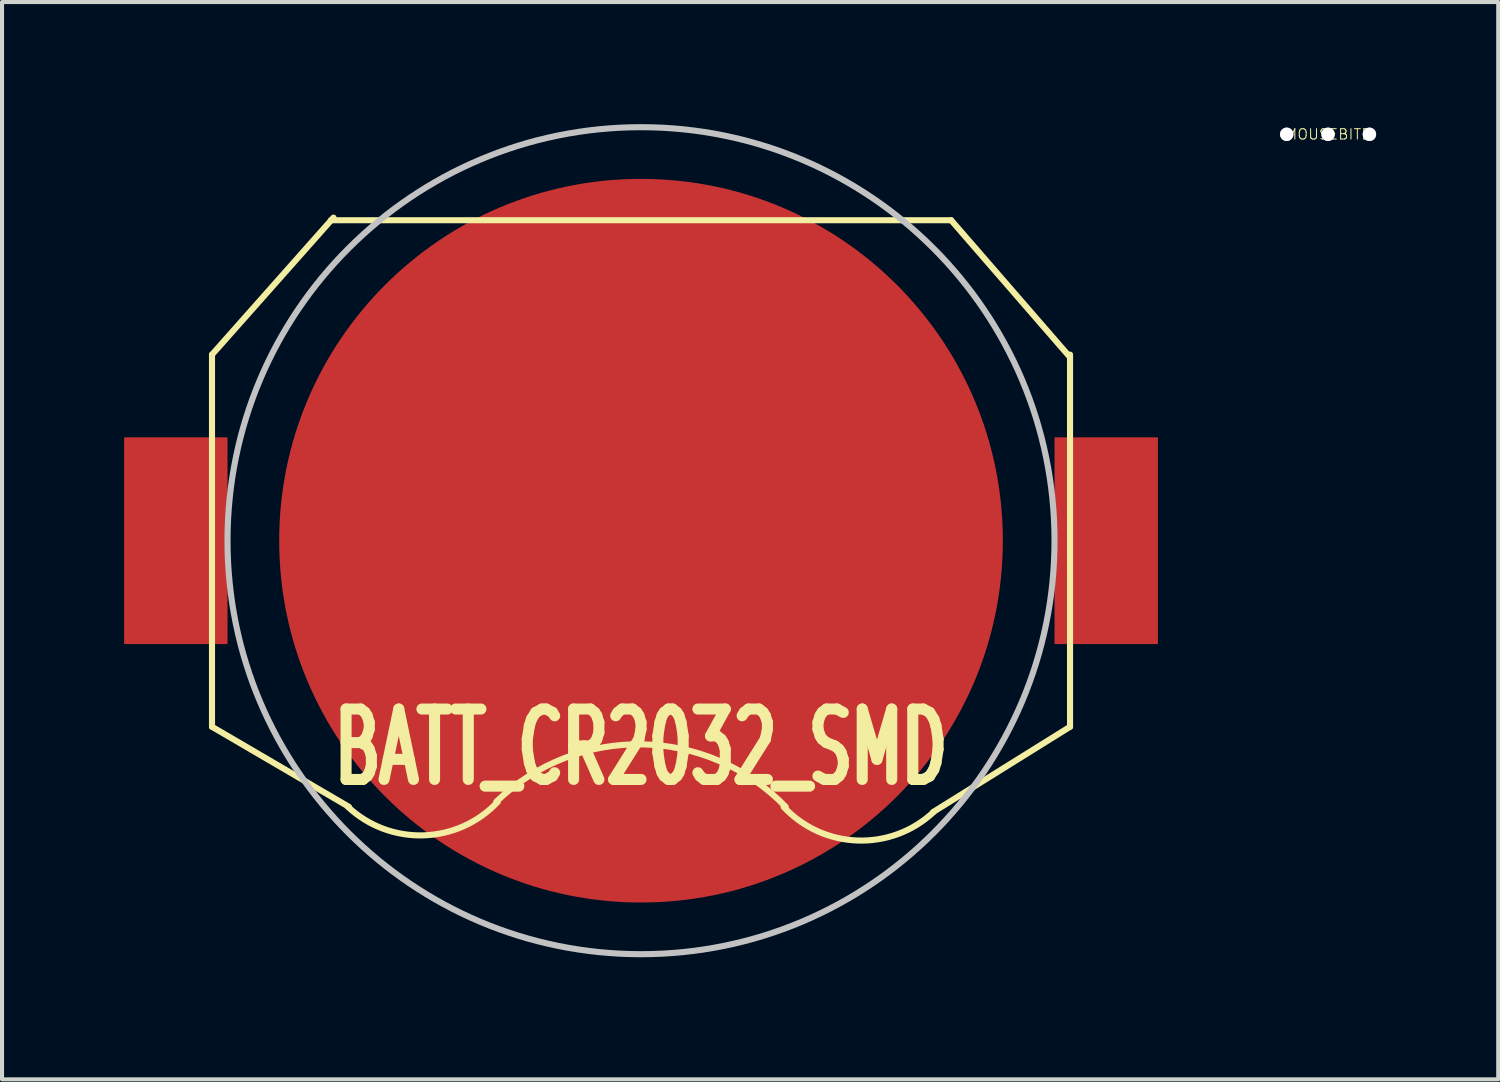
<source format=kicad_pcb>
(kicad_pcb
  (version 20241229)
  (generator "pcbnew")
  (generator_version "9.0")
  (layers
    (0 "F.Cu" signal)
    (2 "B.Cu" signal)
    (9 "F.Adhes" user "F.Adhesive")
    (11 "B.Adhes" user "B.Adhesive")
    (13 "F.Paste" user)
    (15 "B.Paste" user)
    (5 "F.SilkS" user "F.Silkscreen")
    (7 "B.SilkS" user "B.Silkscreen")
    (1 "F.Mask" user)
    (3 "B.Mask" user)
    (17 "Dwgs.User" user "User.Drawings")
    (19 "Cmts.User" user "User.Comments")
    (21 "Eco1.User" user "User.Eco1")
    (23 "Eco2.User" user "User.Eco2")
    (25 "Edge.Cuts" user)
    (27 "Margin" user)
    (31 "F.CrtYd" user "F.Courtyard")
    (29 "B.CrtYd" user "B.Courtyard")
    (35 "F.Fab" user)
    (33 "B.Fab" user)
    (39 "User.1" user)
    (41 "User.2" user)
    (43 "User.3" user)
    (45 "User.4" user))
  (footprint "MOUSEBITE"
    (layer "F.Cu")
    (at 29.581 0.25)
    (property "Reference" "MOUSEBITE" (at 0 0 0) (layer "F.SilkS") (effects (font (size 0.254 0.254) (thickness 0.025))))
    (attr through_hole)
    (pad "1" thru_hole circle (at -1.016 0) (size 0.33 0.33) (drill 0.33) (layers "*.Cu" "*.Mask"))
    (pad "1" thru_hole circle (at 0 0) (size 0.33 0.33) (drill 0.33) (layers "*.Cu" "*.Mask"))
    (pad "1" thru_hole circle (at 1.016 0) (size 0.33 0.33) (drill 0.33) (layers "*.Cu" "*.Mask")))
  (footprint "BATT_CR2032_SMD"
    (layer "F.Cu")
    (at 12.7 10.235)
    (property "Reference" "BATT_CR2032_SMD" (at 0 5.08 0) (layer "F.SilkS") (effects (font (size 1.73 1.087) (thickness 0.272))))
    (attr through_hole)
    (fp_line (start -10.541 -4.572) (end -7.556 -7.938) (stroke (width 0.15) (type solid)) (layer "F.SilkS"))
    (fp_line (start -10.541 4.572) (end -10.541 -4.572) (stroke (width 0.15) (type solid)) (layer "F.SilkS"))
    (fp_line (start -7.62 -7.874) (end 7.62 -7.874) (stroke (width 0.15) (type solid)) (layer "F.SilkS"))
    (fp_line (start -7.176 6.54) (end -10.541 4.572) (stroke (width 0.15) (type solid)) (layer "F.SilkS"))
    (fp_line (start 7.176 6.668) (end 10.541 4.572) (stroke (width 0.15) (type solid)) (layer "F.SilkS"))
    (fp_line (start 7.62 -7.874) (end 10.541 -4.508) (stroke (width 0.15) (type solid)) (layer "F.SilkS"))
    (fp_line (start 10.541 4.572) (end 10.541 -4.572) (stroke (width 0.15) (type solid)) (layer "F.SilkS"))
    (fp_arc (start -3.556 6.4135) (mid 0.026303 5.004057) (end 3.556 6.5405) (stroke (width 0.15) (type solid)) (layer "F.SilkS"))
    (fp_arc (start -3.5179 6.4135) (mid -5.333097 7.239774) (end -7.2009 6.5405) (stroke (width 0.15) (type solid)) (layer "F.SilkS"))
    (fp_arc (start 7.1882 6.6675) (mid 5.320397 7.366774) (end 3.5052 6.5405) (stroke (width 0.15) (type solid)) (layer "F.SilkS"))
    (fp_circle (center 0 0) (end -10.16 0) (stroke (width 0.15) (type solid)) (fill no) (layer "Dwgs.User"))
    (pad "1" smd rect (at -11.43 0) (size 2.54 5.08) (layers "F.Cu" "F.Mask" "F.Paste"))
    (pad "1" smd rect (at 11.43 0) (size 2.54 5.08) (layers "F.Cu" "F.Mask" "F.Paste"))
    (pad "2" smd circle (at 0 0) (size 17.78 17.78) (layers "F.Cu" "F.Mask" "F.Paste")))
  (gr_rect
    (start -3 -3)
    (end 33.762 23.47)
    (stroke (width 0.1) (type default))
    (fill no)
    (layer "Edge.Cuts")))
</source>
